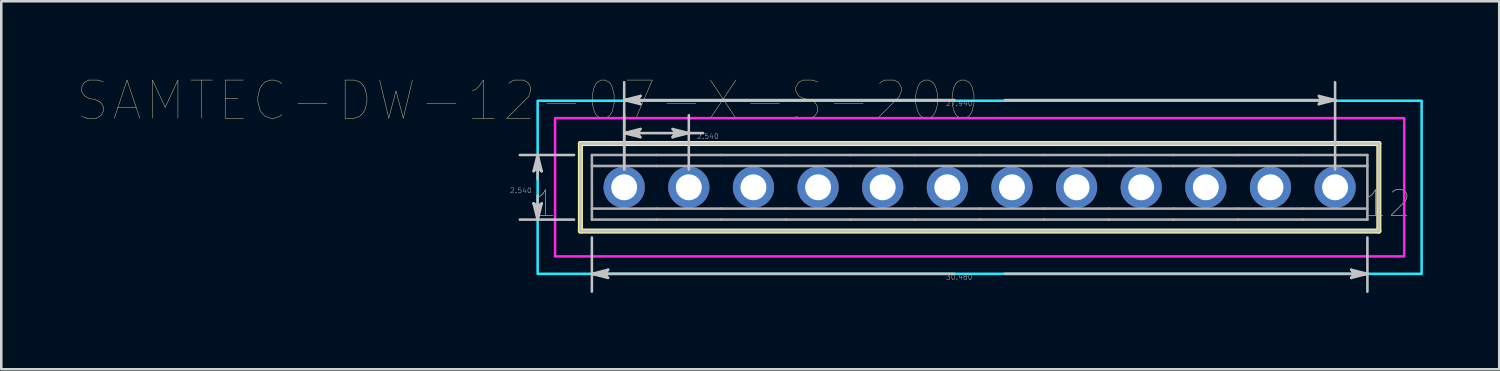
<source format=kicad_pcb>
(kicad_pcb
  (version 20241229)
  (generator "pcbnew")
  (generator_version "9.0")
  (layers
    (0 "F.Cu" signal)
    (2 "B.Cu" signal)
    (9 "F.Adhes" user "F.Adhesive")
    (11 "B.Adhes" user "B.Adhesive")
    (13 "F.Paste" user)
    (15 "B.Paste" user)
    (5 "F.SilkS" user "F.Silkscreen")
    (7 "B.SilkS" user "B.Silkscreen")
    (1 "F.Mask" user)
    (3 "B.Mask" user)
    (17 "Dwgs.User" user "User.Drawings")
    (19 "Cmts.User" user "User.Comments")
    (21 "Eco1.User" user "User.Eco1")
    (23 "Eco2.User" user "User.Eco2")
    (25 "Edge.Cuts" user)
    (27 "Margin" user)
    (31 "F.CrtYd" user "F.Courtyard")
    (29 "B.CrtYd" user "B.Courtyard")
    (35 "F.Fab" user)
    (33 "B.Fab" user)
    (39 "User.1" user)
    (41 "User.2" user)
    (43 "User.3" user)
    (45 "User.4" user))
  (footprint "SAMTEC-DW-12-07-X-S-200"
    (layer "F.Cu")
    (at 35.452 4.311)
    (property "Reference" "SAMTEC-DW-12-07-X-S-200" (at -17.759 -3.408 0) (layer "F.SilkS") (effects (font (size 1.5 1.5) (thickness 0.015))))
    (attr through_hole)
    (fp_circle (center -13.97 0) (end -13.109 0) (stroke (width 0) (type solid)) (fill yes) (layer "F.Mask"))
    (fp_circle (center -11.43 0) (end -10.569 0) (stroke (width 0) (type solid)) (fill yes) (layer "F.Mask"))
    (fp_circle (center -8.89 0) (end -8.029 0) (stroke (width 0) (type solid)) (fill yes) (layer "F.Mask"))
    (fp_circle (center -6.35 0) (end -5.489 0) (stroke (width 0) (type solid)) (fill yes) (layer "F.Mask"))
    (fp_circle (center -3.81 0) (end -2.949 0) (stroke (width 0) (type solid)) (fill yes) (layer "F.Mask"))
    (fp_circle (center -1.27 0) (end -0.409 0) (stroke (width 0) (type solid)) (fill yes) (layer "F.Mask"))
    (fp_circle (center 1.27 0) (end 2.131 0) (stroke (width 0) (type solid)) (fill yes) (layer "F.Mask"))
    (fp_circle (center 3.81 0) (end 4.671 0) (stroke (width 0) (type solid)) (fill yes) (layer "F.Mask"))
    (fp_circle (center 6.35 0) (end 7.211 0) (stroke (width 0) (type solid)) (fill yes) (layer "F.Mask"))
    (fp_circle (center 8.89 0) (end 9.751 0) (stroke (width 0) (type solid)) (fill yes) (layer "F.Mask"))
    (fp_circle (center 11.43 0) (end 12.291 0) (stroke (width 0) (type solid)) (fill yes) (layer "F.Mask"))
    (fp_circle (center 13.97 0) (end 14.831 0) (stroke (width 0) (type solid)) (fill yes) (layer "F.Mask"))
    (fp_circle (center -13.97 0) (end -13.109 0) (stroke (width 0) (type solid)) (fill yes) (layer "B.Mask"))
    (fp_circle (center -11.43 0) (end -10.569 0) (stroke (width 0) (type solid)) (fill yes) (layer "B.Mask"))
    (fp_circle (center -8.89 0) (end -8.029 0) (stroke (width 0) (type solid)) (fill yes) (layer "B.Mask"))
    (fp_circle (center -6.35 0) (end -5.489 0) (stroke (width 0) (type solid)) (fill yes) (layer "B.Mask"))
    (fp_circle (center -3.81 0) (end -2.949 0) (stroke (width 0) (type solid)) (fill yes) (layer "B.Mask"))
    (fp_circle (center -1.27 0) (end -0.409 0) (stroke (width 0) (type solid)) (fill yes) (layer "B.Mask"))
    (fp_circle (center 1.27 0) (end 2.131 0) (stroke (width 0) (type solid)) (fill yes) (layer "B.Mask"))
    (fp_circle (center 3.81 0) (end 4.671 0) (stroke (width 0) (type solid)) (fill yes) (layer "B.Mask"))
    (fp_circle (center 6.35 0) (end 7.211 0) (stroke (width 0) (type solid)) (fill yes) (layer "B.Mask"))
    (fp_circle (center 8.89 0) (end 9.751 0) (stroke (width 0) (type solid)) (fill yes) (layer "B.Mask"))
    (fp_circle (center 11.43 0) (end 12.291 0) (stroke (width 0) (type solid)) (fill yes) (layer "B.Mask"))
    (fp_circle (center 13.97 0) (end 14.831 0) (stroke (width 0) (type solid)) (fill yes) (layer "B.Mask"))
    (fp_line (start -15.69 -1.72) (end -15.69 1.72) (stroke (width 0.2) (type solid)) (layer "F.SilkS"))
    (fp_line (start -15.69 1.72) (end 15.69 1.72) (stroke (width 0.2) (type solid)) (layer "F.SilkS"))
    (fp_line (start 15.69 -1.72) (end -15.69 -1.72) (stroke (width 0.2) (type solid)) (layer "F.SilkS"))
    (fp_line (start 15.69 1.72) (end 15.69 -1.72) (stroke (width 0.2) (type solid)) (layer "F.SilkS"))
    (fp_line (start -17.53 -0.635) (end -17.371 -0.762) (stroke (width 0.1) (type solid)) (layer "Dwgs.User"))
    (fp_line (start -17.53 0.635) (end -17.371 1.27) (stroke (width 0.1) (type solid)) (layer "Dwgs.User"))
    (fp_line (start -17.45 -0.698) (end -17.371 -0.762) (stroke (width 0.1) (type solid)) (layer "Dwgs.User"))
    (fp_line (start -17.45 0.698) (end -17.53 0.635) (stroke (width 0.1) (type solid)) (layer "Dwgs.User"))
    (fp_line (start -17.371 -1.27) (end -17.53 -0.635) (stroke (width 0.1) (type solid)) (layer "Dwgs.User"))
    (fp_line (start -17.371 -1.27) (end -17.45 -0.698) (stroke (width 0.1) (type solid)) (layer "Dwgs.User"))
    (fp_line (start -17.371 -1.27) (end -17.292 -0.698) (stroke (width 0.1) (type solid)) (layer "Dwgs.User"))
    (fp_line (start -17.371 -0.762) (end -17.371 -1.27) (stroke (width 0.1) (type solid)) (layer "Dwgs.User"))
    (fp_line (start -17.371 -0.762) (end -17.212 -0.635) (stroke (width 0.1) (type solid)) (layer "Dwgs.User"))
    (fp_line (start -17.371 -0.318) (end -17.371 -1.27) (stroke (width 0.1) (type solid)) (layer "Dwgs.User"))
    (fp_line (start -17.371 0.318) (end -17.371 1.27) (stroke (width 0.1) (type solid)) (layer "Dwgs.User"))
    (fp_line (start -17.371 0.762) (end -17.53 0.635) (stroke (width 0.1) (type solid)) (layer "Dwgs.User"))
    (fp_line (start -17.371 0.762) (end -17.371 1.27) (stroke (width 0.1) (type solid)) (layer "Dwgs.User"))
    (fp_line (start -17.371 1.27) (end -17.45 0.698) (stroke (width 0.1) (type solid)) (layer "Dwgs.User"))
    (fp_line (start -17.371 1.27) (end -17.292 0.698) (stroke (width 0.1) (type solid)) (layer "Dwgs.User"))
    (fp_line (start -17.371 1.27) (end -17.212 0.635) (stroke (width 0.1) (type solid)) (layer "Dwgs.User"))
    (fp_line (start -17.292 -0.698) (end -17.212 -0.635) (stroke (width 0.1) (type solid)) (layer "Dwgs.User"))
    (fp_line (start -17.292 0.698) (end -17.371 0.762) (stroke (width 0.1) (type solid)) (layer "Dwgs.User"))
    (fp_line (start -17.212 -0.635) (end -17.371 -1.27) (stroke (width 0.1) (type solid)) (layer "Dwgs.User"))
    (fp_line (start -17.212 0.635) (end -17.371 0.762) (stroke (width 0.1) (type solid)) (layer "Dwgs.User"))
    (fp_line (start -15.941 -1.27) (end -18.072 -1.27) (stroke (width 0.1) (type solid)) (layer "Dwgs.User"))
    (fp_line (start -15.941 1.27) (end -18.072 1.27) (stroke (width 0.1) (type solid)) (layer "Dwgs.User"))
    (fp_line (start -15.69 -1.72) (end -15.69 1.72) (stroke (width 0.1) (type solid)) (layer "Dwgs.User"))
    (fp_line (start -15.69 1.72) (end 15.69 1.72) (stroke (width 0.1) (type solid)) (layer "Dwgs.User"))
    (fp_line (start -15.24 1.971) (end -15.24 4.102) (stroke (width 0.1) (type solid)) (layer "Dwgs.User"))
    (fp_line (start -15.24 3.401) (end -14.668 3.322) (stroke (width 0.1) (type solid)) (layer "Dwgs.User"))
    (fp_line (start -15.24 3.401) (end -14.668 3.48) (stroke (width 0.1) (type solid)) (layer "Dwgs.User"))
    (fp_line (start -15.24 3.401) (end -14.605 3.56) (stroke (width 0.1) (type solid)) (layer "Dwgs.User"))
    (fp_line (start -14.732 3.401) (end -15.24 3.401) (stroke (width 0.1) (type solid)) (layer "Dwgs.User"))
    (fp_line (start -14.732 3.401) (end -14.605 3.242) (stroke (width 0.1) (type solid)) (layer "Dwgs.User"))
    (fp_line (start -14.668 3.322) (end -14.605 3.242) (stroke (width 0.1) (type solid)) (layer "Dwgs.User"))
    (fp_line (start -14.668 3.48) (end -14.732 3.401) (stroke (width 0.1) (type solid)) (layer "Dwgs.User"))
    (fp_line (start -14.605 3.242) (end -15.24 3.401) (stroke (width 0.1) (type solid)) (layer "Dwgs.User"))
    (fp_line (start -14.605 3.56) (end -14.732 3.401) (stroke (width 0.1) (type solid)) (layer "Dwgs.User"))
    (fp_line (start -13.97 -3.429) (end -13.398 -3.508) (stroke (width 0.1) (type solid)) (layer "Dwgs.User"))
    (fp_line (start -13.97 -3.429) (end -13.398 -3.35) (stroke (width 0.1) (type solid)) (layer "Dwgs.User"))
    (fp_line (start -13.97 -3.429) (end -13.335 -3.27) (stroke (width 0.1) (type solid)) (layer "Dwgs.User"))
    (fp_line (start -13.97 -2.13) (end -13.399 -2.209) (stroke (width 0.1) (type solid)) (layer "Dwgs.User"))
    (fp_line (start -13.97 -2.13) (end -13.399 -2.05) (stroke (width 0.1) (type solid)) (layer "Dwgs.User"))
    (fp_line (start -13.97 -2.13) (end -13.335 -1.971) (stroke (width 0.1) (type solid)) (layer "Dwgs.User"))
    (fp_line (start -13.97 -0.701) (end -13.97 -4.13) (stroke (width 0.1) (type solid)) (layer "Dwgs.User"))
    (fp_line (start -13.97 -0.701) (end -13.97 -2.831) (stroke (width 0.1) (type solid)) (layer "Dwgs.User"))
    (fp_line (start -13.462 -3.429) (end -13.97 -3.429) (stroke (width 0.1) (type solid)) (layer "Dwgs.User"))
    (fp_line (start -13.462 -3.429) (end -13.335 -3.588) (stroke (width 0.1) (type solid)) (layer "Dwgs.User"))
    (fp_line (start -13.462 -2.13) (end -13.97 -2.13) (stroke (width 0.1) (type solid)) (layer "Dwgs.User"))
    (fp_line (start -13.462 -2.13) (end -13.335 -2.289) (stroke (width 0.1) (type solid)) (layer "Dwgs.User"))
    (fp_line (start -13.399 -2.209) (end -13.335 -2.289) (stroke (width 0.1) (type solid)) (layer "Dwgs.User"))
    (fp_line (start -13.399 -2.05) (end -13.462 -2.13) (stroke (width 0.1) (type solid)) (layer "Dwgs.User"))
    (fp_line (start -13.398 -3.508) (end -13.335 -3.588) (stroke (width 0.1) (type solid)) (layer "Dwgs.User"))
    (fp_line (start -13.398 -3.35) (end -13.462 -3.429) (stroke (width 0.1) (type solid)) (layer "Dwgs.User"))
    (fp_line (start -13.335 -3.588) (end -13.97 -3.429) (stroke (width 0.1) (type solid)) (layer "Dwgs.User"))
    (fp_line (start -13.335 -3.27) (end -13.462 -3.429) (stroke (width 0.1) (type solid)) (layer "Dwgs.User"))
    (fp_line (start -13.335 -2.289) (end -13.97 -2.13) (stroke (width 0.1) (type solid)) (layer "Dwgs.User"))
    (fp_line (start -13.335 -1.971) (end -13.462 -2.13) (stroke (width 0.1) (type solid)) (layer "Dwgs.User"))
    (fp_line (start -12.065 -2.289) (end -11.938 -2.13) (stroke (width 0.1) (type solid)) (layer "Dwgs.User"))
    (fp_line (start -12.065 -1.971) (end -11.43 -2.13) (stroke (width 0.1) (type solid)) (layer "Dwgs.User"))
    (fp_line (start -12.001 -2.21) (end -11.938 -2.13) (stroke (width 0.1) (type solid)) (layer "Dwgs.User"))
    (fp_line (start -12.001 -2.051) (end -12.065 -1.971) (stroke (width 0.1) (type solid)) (layer "Dwgs.User"))
    (fp_line (start -11.938 -2.13) (end -12.065 -1.971) (stroke (width 0.1) (type solid)) (layer "Dwgs.User"))
    (fp_line (start -11.938 -2.13) (end -11.43 -2.13) (stroke (width 0.1) (type solid)) (layer "Dwgs.User"))
    (fp_line (start -11.43 -2.13) (end -13.97 -2.13) (stroke (width 0.1) (type solid)) (layer "Dwgs.User"))
    (fp_line (start -11.43 -2.13) (end -12.065 -2.289) (stroke (width 0.1) (type solid)) (layer "Dwgs.User"))
    (fp_line (start -11.43 -2.13) (end -12.001 -2.21) (stroke (width 0.1) (type solid)) (layer "Dwgs.User"))
    (fp_line (start -11.43 -2.13) (end -12.001 -2.051) (stroke (width 0.1) (type solid)) (layer "Dwgs.User"))
    (fp_line (start -11.43 -0.701) (end -11.43 -2.831) (stroke (width 0.1) (type solid)) (layer "Dwgs.User"))
    (fp_line (start -10.869 -2.13) (end -11.43 -2.13) (stroke (width 0.1) (type solid)) (layer "Dwgs.User"))
    (fp_line (start -0.991 -3.429) (end -13.97 -3.429) (stroke (width 0.1) (type solid)) (layer "Dwgs.User"))
    (fp_line (start -0.991 3.401) (end -15.24 3.401) (stroke (width 0.1) (type solid)) (layer "Dwgs.User"))
    (fp_line (start 0.991 -3.429) (end 13.97 -3.429) (stroke (width 0.1) (type solid)) (layer "Dwgs.User"))
    (fp_line (start 0.991 3.401) (end 15.24 3.401) (stroke (width 0.1) (type solid)) (layer "Dwgs.User"))
    (fp_line (start 13.335 -3.588) (end 13.462 -3.429) (stroke (width 0.1) (type solid)) (layer "Dwgs.User"))
    (fp_line (start 13.335 -3.27) (end 13.97 -3.429) (stroke (width 0.1) (type solid)) (layer "Dwgs.User"))
    (fp_line (start 13.398 -3.508) (end 13.462 -3.429) (stroke (width 0.1) (type solid)) (layer "Dwgs.User"))
    (fp_line (start 13.398 -3.35) (end 13.335 -3.27) (stroke (width 0.1) (type solid)) (layer "Dwgs.User"))
    (fp_line (start 13.462 -3.429) (end 13.335 -3.27) (stroke (width 0.1) (type solid)) (layer "Dwgs.User"))
    (fp_line (start 13.462 -3.429) (end 13.97 -3.429) (stroke (width 0.1) (type solid)) (layer "Dwgs.User"))
    (fp_line (start 13.97 -3.429) (end 13.335 -3.588) (stroke (width 0.1) (type solid)) (layer "Dwgs.User"))
    (fp_line (start 13.97 -3.429) (end 13.398 -3.508) (stroke (width 0.1) (type solid)) (layer "Dwgs.User"))
    (fp_line (start 13.97 -3.429) (end 13.398 -3.35) (stroke (width 0.1) (type solid)) (layer "Dwgs.User"))
    (fp_line (start 13.97 -0.701) (end 13.97 -4.13) (stroke (width 0.1) (type solid)) (layer "Dwgs.User"))
    (fp_line (start 14.605 3.242) (end 14.732 3.401) (stroke (width 0.1) (type solid)) (layer "Dwgs.User"))
    (fp_line (start 14.605 3.56) (end 15.24 3.401) (stroke (width 0.1) (type solid)) (layer "Dwgs.User"))
    (fp_line (start 14.668 3.322) (end 14.732 3.401) (stroke (width 0.1) (type solid)) (layer "Dwgs.User"))
    (fp_line (start 14.668 3.48) (end 14.605 3.56) (stroke (width 0.1) (type solid)) (layer "Dwgs.User"))
    (fp_line (start 14.732 3.401) (end 14.605 3.56) (stroke (width 0.1) (type solid)) (layer "Dwgs.User"))
    (fp_line (start 14.732 3.401) (end 15.24 3.401) (stroke (width 0.1) (type solid)) (layer "Dwgs.User"))
    (fp_line (start 15.24 1.971) (end 15.24 4.102) (stroke (width 0.1) (type solid)) (layer "Dwgs.User"))
    (fp_line (start 15.24 3.401) (end 14.605 3.242) (stroke (width 0.1) (type solid)) (layer "Dwgs.User"))
    (fp_line (start 15.24 3.401) (end 14.668 3.322) (stroke (width 0.1) (type solid)) (layer "Dwgs.User"))
    (fp_line (start 15.24 3.401) (end 14.668 3.48) (stroke (width 0.1) (type solid)) (layer "Dwgs.User"))
    (fp_line (start 15.69 -1.72) (end -15.69 -1.72) (stroke (width 0.1) (type solid)) (layer "Dwgs.User"))
    (fp_line (start 15.69 1.72) (end 15.69 -1.72) (stroke (width 0.1) (type solid)) (layer "Dwgs.User"))
    (fp_poly (pts (xy -17.371 3.401) (xy -17.371 -3.401) (xy 17.371 -3.401) (xy 17.371 3.401) (xy -17.371 3.401)) (stroke (width 0.1) (type solid)) (fill no) (layer "B.CrtYd"))
    (fp_poly (pts (xy 16.687 -2.717) (xy -16.687 -2.717) (xy -16.687 2.717) (xy 16.687 2.717) (xy 16.687 -2.717)) (stroke (width 0.1) (type solid)) (fill no) (layer "F.CrtYd"))
    (fp_line (start -15.24 -1.27) (end -15.24 1.27) (stroke (width 0.1) (type solid)) (layer "F.Fab"))
    (fp_line (start -15.24 -0.838) (end -12.7 -0.838) (stroke (width 0.1) (type solid)) (layer "F.Fab"))
    (fp_line (start -15.24 0.838) (end -12.7 0.838) (stroke (width 0.1) (type solid)) (layer "F.Fab"))
    (fp_line (start -15.24 1.27) (end -12.7 1.27) (stroke (width 0.1) (type solid)) (layer "F.Fab"))
    (fp_line (start -14.288 -0.318) (end -13.652 -0.318) (stroke (width 0.1) (type solid)) (layer "F.Fab"))
    (fp_line (start -14.288 0.318) (end -14.288 -0.318) (stroke (width 0.1) (type solid)) (layer "F.Fab"))
    (fp_line (start -14.288 0.318) (end -13.652 0.318) (stroke (width 0.1) (type solid)) (layer "F.Fab"))
    (fp_line (start -13.652 0.318) (end -13.652 -0.318) (stroke (width 0.1) (type solid)) (layer "F.Fab"))
    (fp_line (start -12.7 -1.27) (end -15.24 -1.27) (stroke (width 0.1) (type solid)) (layer "F.Fab"))
    (fp_line (start -12.7 -0.838) (end -10.16 -0.838) (stroke (width 0.1) (type solid)) (layer "F.Fab"))
    (fp_line (start -12.7 0.838) (end -10.16 0.838) (stroke (width 0.1) (type solid)) (layer "F.Fab"))
    (fp_line (start -12.7 1.27) (end -10.16 1.27) (stroke (width 0.1) (type solid)) (layer "F.Fab"))
    (fp_line (start -11.748 -0.318) (end -11.112 -0.318) (stroke (width 0.1) (type solid)) (layer "F.Fab"))
    (fp_line (start -11.748 0.318) (end -11.748 -0.318) (stroke (width 0.1) (type solid)) (layer "F.Fab"))
    (fp_line (start -11.748 0.318) (end -11.112 0.318) (stroke (width 0.1) (type solid)) (layer "F.Fab"))
    (fp_line (start -11.112 0.318) (end -11.112 -0.318) (stroke (width 0.1) (type solid)) (layer "F.Fab"))
    (fp_line (start -10.16 -1.27) (end -12.7 -1.27) (stroke (width 0.1) (type solid)) (layer "F.Fab"))
    (fp_line (start -10.16 -0.838) (end -7.62 -0.838) (stroke (width 0.1) (type solid)) (layer "F.Fab"))
    (fp_line (start -10.16 0.838) (end -7.62 0.838) (stroke (width 0.1) (type solid)) (layer "F.Fab"))
    (fp_line (start -10.16 1.27) (end -7.62 1.27) (stroke (width 0.1) (type solid)) (layer "F.Fab"))
    (fp_line (start -9.208 -0.318) (end -8.572 -0.318) (stroke (width 0.1) (type solid)) (layer "F.Fab"))
    (fp_line (start -9.208 0.318) (end -9.208 -0.318) (stroke (width 0.1) (type solid)) (layer "F.Fab"))
    (fp_line (start -9.208 0.318) (end -8.572 0.318) (stroke (width 0.1) (type solid)) (layer "F.Fab"))
    (fp_line (start -8.572 0.318) (end -8.572 -0.318) (stroke (width 0.1) (type solid)) (layer "F.Fab"))
    (fp_line (start -7.62 -1.27) (end -10.16 -1.27) (stroke (width 0.1) (type solid)) (layer "F.Fab"))
    (fp_line (start -7.62 -0.838) (end -5.08 -0.838) (stroke (width 0.1) (type solid)) (layer "F.Fab"))
    (fp_line (start -7.62 0.838) (end -5.08 0.838) (stroke (width 0.1) (type solid)) (layer "F.Fab"))
    (fp_line (start -7.62 1.27) (end -5.08 1.27) (stroke (width 0.1) (type solid)) (layer "F.Fab"))
    (fp_line (start -6.668 -0.318) (end -6.032 -0.318) (stroke (width 0.1) (type solid)) (layer "F.Fab"))
    (fp_line (start -6.668 0.318) (end -6.668 -0.318) (stroke (width 0.1) (type solid)) (layer "F.Fab"))
    (fp_line (start -6.668 0.318) (end -6.032 0.318) (stroke (width 0.1) (type solid)) (layer "F.Fab"))
    (fp_line (start -6.032 0.318) (end -6.032 -0.318) (stroke (width 0.1) (type solid)) (layer "F.Fab"))
    (fp_line (start -5.08 -1.27) (end -7.62 -1.27) (stroke (width 0.1) (type solid)) (layer "F.Fab"))
    (fp_line (start -5.08 -0.838) (end -2.54 -0.838) (stroke (width 0.1) (type solid)) (layer "F.Fab"))
    (fp_line (start -5.08 0.838) (end -2.54 0.838) (stroke (width 0.1) (type solid)) (layer "F.Fab"))
    (fp_line (start -5.08 1.27) (end -2.54 1.27) (stroke (width 0.1) (type solid)) (layer "F.Fab"))
    (fp_line (start -4.128 -0.318) (end -3.492 -0.318) (stroke (width 0.1) (type solid)) (layer "F.Fab"))
    (fp_line (start -4.128 0.318) (end -4.128 -0.318) (stroke (width 0.1) (type solid)) (layer "F.Fab"))
    (fp_line (start -4.128 0.318) (end -3.492 0.318) (stroke (width 0.1) (type solid)) (layer "F.Fab"))
    (fp_line (start -3.492 0.318) (end -3.492 -0.318) (stroke (width 0.1) (type solid)) (layer "F.Fab"))
    (fp_line (start -2.54 -1.27) (end -5.08 -1.27) (stroke (width 0.1) (type solid)) (layer "F.Fab"))
    (fp_line (start -2.54 -0.838) (end 0 -0.838) (stroke (width 0.1) (type solid)) (layer "F.Fab"))
    (fp_line (start -2.54 0.838) (end 0 0.838) (stroke (width 0.1) (type solid)) (layer "F.Fab"))
    (fp_line (start -2.54 1.27) (end 0 1.27) (stroke (width 0.1) (type solid)) (layer "F.Fab"))
    (fp_line (start -1.588 -0.318) (end -0.952 -0.318) (stroke (width 0.1) (type solid)) (layer "F.Fab"))
    (fp_line (start -1.588 0.318) (end -1.588 -0.318) (stroke (width 0.1) (type solid)) (layer "F.Fab"))
    (fp_line (start -1.588 0.318) (end -0.952 0.318) (stroke (width 0.1) (type solid)) (layer "F.Fab"))
    (fp_line (start -0.952 0.318) (end -0.952 -0.318) (stroke (width 0.1) (type solid)) (layer "F.Fab"))
    (fp_line (start 0 -1.27) (end -2.54 -1.27) (stroke (width 0.1) (type solid)) (layer "F.Fab"))
    (fp_line (start 0 -0.838) (end 2.54 -0.838) (stroke (width 0.1) (type solid)) (layer "F.Fab"))
    (fp_line (start 0 0.838) (end 2.54 0.838) (stroke (width 0.1) (type solid)) (layer "F.Fab"))
    (fp_line (start 0 1.27) (end 2.54 1.27) (stroke (width 0.1) (type solid)) (layer "F.Fab"))
    (fp_line (start 0.952 -0.318) (end 1.588 -0.318) (stroke (width 0.1) (type solid)) (layer "F.Fab"))
    (fp_line (start 0.952 0.318) (end 0.952 -0.318) (stroke (width 0.1) (type solid)) (layer "F.Fab"))
    (fp_line (start 0.952 0.318) (end 1.588 0.318) (stroke (width 0.1) (type solid)) (layer "F.Fab"))
    (fp_line (start 1.588 0.318) (end 1.588 -0.318) (stroke (width 0.1) (type solid)) (layer "F.Fab"))
    (fp_line (start 2.54 -1.27) (end 0 -1.27) (stroke (width 0.1) (type solid)) (layer "F.Fab"))
    (fp_line (start 2.54 -0.838) (end 5.08 -0.838) (stroke (width 0.1) (type solid)) (layer "F.Fab"))
    (fp_line (start 2.54 0.838) (end 5.08 0.838) (stroke (width 0.1) (type solid)) (layer "F.Fab"))
    (fp_line (start 2.54 1.27) (end 5.08 1.27) (stroke (width 0.1) (type solid)) (layer "F.Fab"))
    (fp_line (start 3.492 -0.318) (end 4.128 -0.318) (stroke (width 0.1) (type solid)) (layer "F.Fab"))
    (fp_line (start 3.492 0.318) (end 3.492 -0.318) (stroke (width 0.1) (type solid)) (layer "F.Fab"))
    (fp_line (start 3.492 0.318) (end 4.128 0.318) (stroke (width 0.1) (type solid)) (layer "F.Fab"))
    (fp_line (start 4.128 0.318) (end 4.128 -0.318) (stroke (width 0.1) (type solid)) (layer "F.Fab"))
    (fp_line (start 5.08 -1.27) (end 2.54 -1.27) (stroke (width 0.1) (type solid)) (layer "F.Fab"))
    (fp_line (start 5.08 -0.838) (end 7.62 -0.838) (stroke (width 0.1) (type solid)) (layer "F.Fab"))
    (fp_line (start 5.08 0.838) (end 7.62 0.838) (stroke (width 0.1) (type solid)) (layer "F.Fab"))
    (fp_line (start 5.08 1.27) (end 7.62 1.27) (stroke (width 0.1) (type solid)) (layer "F.Fab"))
    (fp_line (start 6.032 -0.318) (end 6.668 -0.318) (stroke (width 0.1) (type solid)) (layer "F.Fab"))
    (fp_line (start 6.032 0.318) (end 6.032 -0.318) (stroke (width 0.1) (type solid)) (layer "F.Fab"))
    (fp_line (start 6.032 0.318) (end 6.668 0.318) (stroke (width 0.1) (type solid)) (layer "F.Fab"))
    (fp_line (start 6.668 0.318) (end 6.668 -0.318) (stroke (width 0.1) (type solid)) (layer "F.Fab"))
    (fp_line (start 7.62 -1.27) (end 5.08 -1.27) (stroke (width 0.1) (type solid)) (layer "F.Fab"))
    (fp_line (start 7.62 -0.838) (end 10.16 -0.838) (stroke (width 0.1) (type solid)) (layer "F.Fab"))
    (fp_line (start 7.62 0.838) (end 10.16 0.838) (stroke (width 0.1) (type solid)) (layer "F.Fab"))
    (fp_line (start 7.62 1.27) (end 10.16 1.27) (stroke (width 0.1) (type solid)) (layer "F.Fab"))
    (fp_line (start 8.572 -0.318) (end 9.208 -0.318) (stroke (width 0.1) (type solid)) (layer "F.Fab"))
    (fp_line (start 8.572 0.318) (end 8.572 -0.318) (stroke (width 0.1) (type solid)) (layer "F.Fab"))
    (fp_line (start 8.572 0.318) (end 9.208 0.318) (stroke (width 0.1) (type solid)) (layer "F.Fab"))
    (fp_line (start 9.208 0.318) (end 9.208 -0.318) (stroke (width 0.1) (type solid)) (layer "F.Fab"))
    (fp_line (start 10.16 -1.27) (end 7.62 -1.27) (stroke (width 0.1) (type solid)) (layer "F.Fab"))
    (fp_line (start 10.16 -0.838) (end 12.7 -0.838) (stroke (width 0.1) (type solid)) (layer "F.Fab"))
    (fp_line (start 10.16 0.838) (end 12.7 0.838) (stroke (width 0.1) (type solid)) (layer "F.Fab"))
    (fp_line (start 10.16 1.27) (end 12.7 1.27) (stroke (width 0.1) (type solid)) (layer "F.Fab"))
    (fp_line (start 11.112 -0.318) (end 11.748 -0.318) (stroke (width 0.1) (type solid)) (layer "F.Fab"))
    (fp_line (start 11.112 0.318) (end 11.112 -0.318) (stroke (width 0.1) (type solid)) (layer "F.Fab"))
    (fp_line (start 11.112 0.318) (end 11.748 0.318) (stroke (width 0.1) (type solid)) (layer "F.Fab"))
    (fp_line (start 11.748 0.318) (end 11.748 -0.318) (stroke (width 0.1) (type solid)) (layer "F.Fab"))
    (fp_line (start 12.7 -1.27) (end 10.16 -1.27) (stroke (width 0.1) (type solid)) (layer "F.Fab"))
    (fp_line (start 12.7 -0.838) (end 15.24 -0.838) (stroke (width 0.1) (type solid)) (layer "F.Fab"))
    (fp_line (start 12.7 0.838) (end 15.24 0.838) (stroke (width 0.1) (type solid)) (layer "F.Fab"))
    (fp_line (start 12.7 1.27) (end 15.24 1.27) (stroke (width 0.1) (type solid)) (layer "F.Fab"))
    (fp_line (start 13.652 -0.318) (end 14.288 -0.318) (stroke (width 0.1) (type solid)) (layer "F.Fab"))
    (fp_line (start 13.652 0.318) (end 13.652 -0.318) (stroke (width 0.1) (type solid)) (layer "F.Fab"))
    (fp_line (start 13.652 0.318) (end 14.288 0.318) (stroke (width 0.1) (type solid)) (layer "F.Fab"))
    (fp_line (start 14.288 0.318) (end 14.288 -0.318) (stroke (width 0.1) (type solid)) (layer "F.Fab"))
    (fp_line (start 15.24 -1.27) (end 12.7 -1.27) (stroke (width 0.1) (type solid)) (layer "F.Fab"))
    (fp_line (start 15.24 1.27) (end 15.24 -1.27) (stroke (width 0.1) (type solid)) (layer "F.Fab"))
    (fp_text user "1" (at -17.06 0.635 0) (layer "F.SilkS") (effects (font (size 1 1) (thickness 0.015))))
    (fp_text user "12" (at 16.031 0.635 0) (layer "F.SilkS") (effects (font (size 1 1) (thickness 0.015))))
    (fp_text user "30.480" (at -0.8 3.528 0) (layer "Dwgs.User") (effects (font (size 0.2 0.2) (thickness 0.015))))
    (fp_text user "2.540" (at -10.68 -2.003 0) (layer "Dwgs.User") (effects (font (size 0.2 0.2) (thickness 0.015))))
    (fp_text user "2.540" (at -18.031 0.127 0) (layer "Dwgs.User") (effects (font (size 0.2 0.2) (thickness 0.015))))
    (fp_text user "27.940" (at -0.8 -3.302 0) (layer "Dwgs.User") (effects (font (size 0.2 0.2) (thickness 0.015))))
    (fp_text user "12" (at 16.031 0.635 0) (layer "F.Fab") (effects (font (size 1 1) (thickness 0.015))))
    (fp_text user "1" (at -17.06 0.635 0) (layer "F.Fab") (effects (font (size 1 1) (thickness 0.015))))
    (pad "1" thru_hole circle (at -13.97 0) (size 1.62 1.62) (drill 1.02) (layers "*.Cu"))
    (pad "2" thru_hole circle (at -11.43 0) (size 1.62 1.62) (drill 1.02) (layers "*.Cu"))
    (pad "3" thru_hole circle (at -8.89 0) (size 1.62 1.62) (drill 1.02) (layers "*.Cu"))
    (pad "4" thru_hole circle (at -6.35 0) (size 1.62 1.62) (drill 1.02) (layers "*.Cu"))
    (pad "5" thru_hole circle (at -3.81 0) (size 1.62 1.62) (drill 1.02) (layers "*.Cu"))
    (pad "6" thru_hole circle (at -1.27 0) (size 1.62 1.62) (drill 1.02) (layers "*.Cu"))
    (pad "7" thru_hole circle (at 1.27 0) (size 1.62 1.62) (drill 1.02) (layers "*.Cu"))
    (pad "8" thru_hole circle (at 3.81 0) (size 1.62 1.62) (drill 1.02) (layers "*.Cu"))
    (pad "9" thru_hole circle (at 6.35 0) (size 1.62 1.62) (drill 1.02) (layers "*.Cu"))
    (pad "10" thru_hole circle (at 8.89 0) (size 1.62 1.62) (drill 1.02) (layers "*.Cu"))
    (pad "11" thru_hole circle (at 11.43 0) (size 1.62 1.62) (drill 1.02) (layers "*.Cu"))
    (pad "12" thru_hole circle (at 13.97 0) (size 1.62 1.62) (drill 1.02) (layers "*.Cu")))
  (gr_rect
    (start -3 -3)
    (end 55.873 11.463)
    (stroke (width 0.1) (type default))
    (fill no)
    (layer "Edge.Cuts")))
</source>
